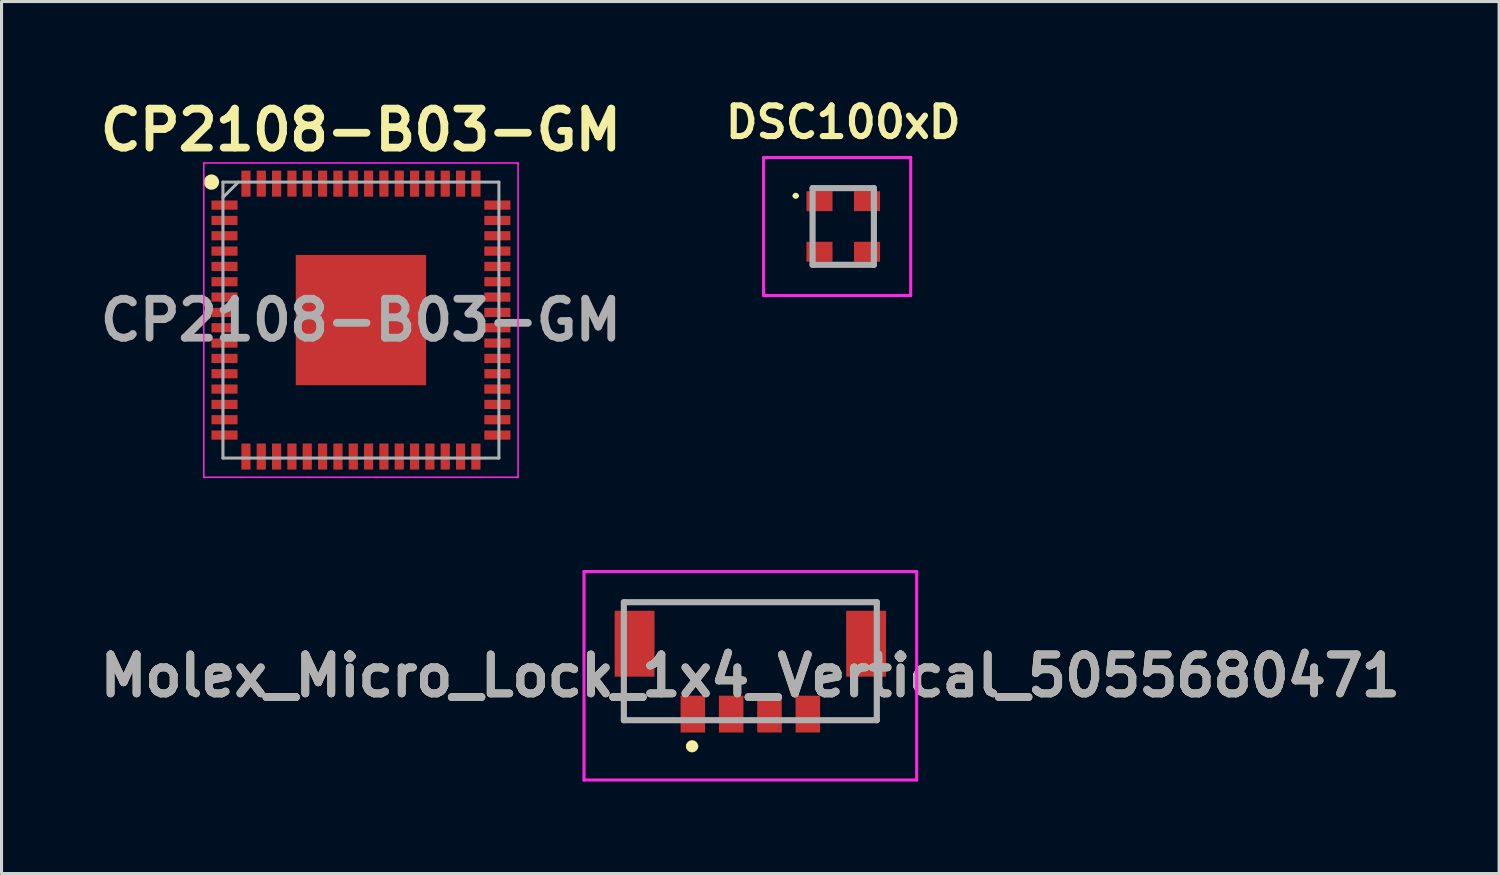
<source format=kicad_pcb>
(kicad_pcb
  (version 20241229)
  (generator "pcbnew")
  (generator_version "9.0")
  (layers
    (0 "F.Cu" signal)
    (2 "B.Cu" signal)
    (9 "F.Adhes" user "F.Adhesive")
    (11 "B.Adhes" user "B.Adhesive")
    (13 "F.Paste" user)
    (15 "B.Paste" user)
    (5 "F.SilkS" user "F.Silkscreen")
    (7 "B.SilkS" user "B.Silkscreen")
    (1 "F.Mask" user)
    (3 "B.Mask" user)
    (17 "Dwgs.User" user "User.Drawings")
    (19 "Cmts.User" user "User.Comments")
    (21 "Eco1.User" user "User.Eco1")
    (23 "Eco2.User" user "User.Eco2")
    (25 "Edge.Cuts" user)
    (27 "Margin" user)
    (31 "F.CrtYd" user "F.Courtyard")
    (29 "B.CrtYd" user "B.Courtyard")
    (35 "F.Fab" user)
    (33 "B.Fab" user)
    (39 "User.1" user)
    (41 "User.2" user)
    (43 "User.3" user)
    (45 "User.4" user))
  (footprint "DSC100xD"
    (layer "F.Cu")
    (at 24.451 4.336)
    (property "Reference" "DSC100xD" (at 0 -3.4 0) (layer "F.SilkS") (effects (font (size 1 1) (thickness 0.2))))
    (attr smd)
    (fp_line (start -1.6 -1) (end -1.6 -1) (stroke (width 0.1) (type solid)) (layer "F.SilkS"))
    (fp_line (start -1.5 -1) (end -1.5 -1) (stroke (width 0.1) (type solid)) (layer "F.SilkS"))
    (fp_arc (start -1.6 -1) (mid -1.55 -1.05) (end -1.5 -1) (stroke (width 0.1) (type solid)) (layer "F.SilkS"))
    (fp_arc (start -1.5 -1) (mid -1.55 -0.95) (end -1.6 -1) (stroke (width 0.1) (type solid)) (layer "F.SilkS"))
    (fp_line (start -2.6 -2.25) (end 2.2 -2.25) (stroke (width 0.1) (type solid)) (layer "F.CrtYd"))
    (fp_line (start -2.6 2.25) (end -2.6 -2.25) (stroke (width 0.1) (type solid)) (layer "F.CrtYd"))
    (fp_line (start 2.2 -2.25) (end 2.2 2.25) (stroke (width 0.1) (type solid)) (layer "F.CrtYd"))
    (fp_line (start 2.2 2.25) (end -2.6 2.25) (stroke (width 0.1) (type solid)) (layer "F.CrtYd"))
    (fp_line (start -1 -1.25) (end 1 -1.25) (stroke (width 0.2) (type solid)) (layer "F.Fab"))
    (fp_line (start -1 1.25) (end -1 -1.25) (stroke (width 0.2) (type solid)) (layer "F.Fab"))
    (fp_line (start 1 -1.25) (end 1 1.25) (stroke (width 0.2) (type solid)) (layer "F.Fab"))
    (fp_line (start 1 1.25) (end -1 1.25) (stroke (width 0.2) (type solid)) (layer "F.Fab"))
    (pad "1" smd rect (at -0.775 -0.825 90) (size 0.65 0.85) (layers "F.Cu" "F.Mask" "F.Paste"))
    (pad "2" smd rect (at -0.775 0.825 90) (size 0.65 0.85) (layers "F.Cu" "F.Mask" "F.Paste"))
    (pad "3" smd rect (at 0.775 0.825 90) (size 0.65 0.85) (layers "F.Cu" "F.Mask" "F.Paste"))
    (pad "4" smd rect (at 0.775 -0.825 90) (size 0.65 0.85) (layers "F.Cu" "F.Mask" "F.Paste")))
  (footprint "Molex_Micro_Lock_1x4_Vertical_5055680471"
    (layer "F.Cu")
    (at 21.421 18.989)
    (property "Reference" "Molex_Micro_Lock_1x4_Vertical_5055680471" (at 0 0 0) (layer "F.SilkS") (effects (font (size 1.27 1.27) (thickness 0.254))))
    (attr smd)
    (fp_line (start -4.125 -2.4) (end 4.125 -2.4) (stroke (width 0.1) (type solid)) (layer "F.SilkS"))
    (fp_line (start -4.125 0.6) (end -4.125 1.45) (stroke (width 0.1) (type solid)) (layer "F.SilkS"))
    (fp_line (start -4.125 1.45) (end -2.5 1.45) (stroke (width 0.1) (type solid)) (layer "F.SilkS"))
    (fp_line (start -2 2.3) (end -2 2.3) (stroke (width 0.2) (type solid)) (layer "F.SilkS"))
    (fp_line (start -1.8 2.3) (end -1.8 2.3) (stroke (width 0.2) (type solid)) (layer "F.SilkS"))
    (fp_line (start 4.125 0.6) (end 4.125 1.45) (stroke (width 0.1) (type solid)) (layer "F.SilkS"))
    (fp_line (start 4.125 1.45) (end 2.5 1.45) (stroke (width 0.1) (type solid)) (layer "F.SilkS"))
    (fp_arc (start -2 2.3) (mid -1.9 2.2) (end -1.8 2.3) (stroke (width 0.2) (type solid)) (layer "F.SilkS"))
    (fp_arc (start -1.8 2.3) (mid -1.9 2.4) (end -2 2.3) (stroke (width 0.2) (type solid)) (layer "F.SilkS"))
    (fp_line (start -5.425 -3.4) (end 5.425 -3.4) (stroke (width 0.1) (type solid)) (layer "F.CrtYd"))
    (fp_line (start -5.425 3.4) (end -5.425 -3.4) (stroke (width 0.1) (type solid)) (layer "F.CrtYd"))
    (fp_line (start 5.425 -3.4) (end 5.425 3.4) (stroke (width 0.1) (type solid)) (layer "F.CrtYd"))
    (fp_line (start 5.425 3.4) (end -5.425 3.4) (stroke (width 0.1) (type solid)) (layer "F.CrtYd"))
    (fp_line (start -4.125 -2.4) (end 4.125 -2.4) (stroke (width 0.2) (type solid)) (layer "F.Fab"))
    (fp_line (start -4.125 1.45) (end -4.125 -2.4) (stroke (width 0.2) (type solid)) (layer "F.Fab"))
    (fp_line (start 4.125 -2.4) (end 4.125 1.45) (stroke (width 0.2) (type solid)) (layer "F.Fab"))
    (fp_line (start 4.125 1.45) (end -4.125 1.45) (stroke (width 0.2) (type solid)) (layer "F.Fab"))
    (fp_text user "${REFERENCE}" (at 0 0 0) (layer "F.Fab") (effects (font (size 1.27 1.27) (thickness 0.254))))
    (pad "1" smd rect (at -1.875 1.25) (size 0.8 1.2) (layers "F.Cu" "F.Mask" "F.Paste"))
    (pad "2" smd rect (at -0.625 1.25) (size 0.8 1.2) (layers "F.Cu" "F.Mask" "F.Paste"))
    (pad "3" smd rect (at 0.625 1.25) (size 0.8 1.2) (layers "F.Cu" "F.Mask" "F.Paste"))
    (pad "4" smd rect (at 1.875 1.25) (size 0.8 1.2) (layers "F.Cu" "F.Mask" "F.Paste"))
    (pad "MP" smd rect (at -3.775 -1.045) (size 1.3 2.15) (layers "F.Cu" "F.Mask" "F.Paste"))
    (pad "MP" smd rect (at 3.775 -1.045) (size 1.3 2.15) (layers "F.Cu" "F.Mask" "F.Paste")))
  (footprint "CP2108-B03-GM"
    (layer "F.Cu")
    (at 8.721 7.389)
    (property "Reference" "CP2108-B03-GM" (at 0 -6.2 0) (layer "F.SilkS") (effects (font (size 1.27 1.27) (thickness 0.254))))
    (attr smd)
    (fp_circle (center -4.875 -4.5) (end -4.875 -4.375) (stroke (width 0.25) (type solid)) (fill no) (layer "F.SilkS"))
    (fp_line (start -5.125 -5.125) (end 5.125 -5.125) (stroke (width 0.05) (type solid)) (layer "F.CrtYd"))
    (fp_line (start -5.125 5.125) (end -5.125 -5.125) (stroke (width 0.05) (type solid)) (layer "F.CrtYd"))
    (fp_line (start 5.125 -5.125) (end 5.125 5.125) (stroke (width 0.05) (type solid)) (layer "F.CrtYd"))
    (fp_line (start 5.125 5.125) (end -5.125 5.125) (stroke (width 0.05) (type solid)) (layer "F.CrtYd"))
    (fp_line (start -4.5 -4.5) (end 4.5 -4.5) (stroke (width 0.1) (type solid)) (layer "F.Fab"))
    (fp_line (start -4.5 -4) (end -4 -4.5) (stroke (width 0.1) (type solid)) (layer "F.Fab"))
    (fp_line (start -4.5 4.5) (end -4.5 -4.5) (stroke (width 0.1) (type solid)) (layer "F.Fab"))
    (fp_line (start 4.5 -4.5) (end 4.5 4.5) (stroke (width 0.1) (type solid)) (layer "F.Fab"))
    (fp_line (start 4.5 4.5) (end -4.5 4.5) (stroke (width 0.1) (type solid)) (layer "F.Fab"))
    (fp_text user "${REFERENCE}" (at 0 0 0) (layer "F.Fab") (effects (font (size 1.27 1.27) (thickness 0.254))))
    (pad "1" smd rect (at -4.45 -3.75 90) (size 0.3 0.85) (layers "F.Cu" "F.Mask" "F.Paste"))
    (pad "2" smd rect (at -4.45 -3.25 90) (size 0.3 0.85) (layers "F.Cu" "F.Mask" "F.Paste"))
    (pad "3" smd rect (at -4.45 -2.75 90) (size 0.3 0.85) (layers "F.Cu" "F.Mask" "F.Paste"))
    (pad "4" smd rect (at -4.45 -2.25 90) (size 0.3 0.85) (layers "F.Cu" "F.Mask" "F.Paste"))
    (pad "5" smd rect (at -4.45 -1.75 90) (size 0.3 0.85) (layers "F.Cu" "F.Mask" "F.Paste"))
    (pad "6" smd rect (at -4.45 -1.25 90) (size 0.3 0.85) (layers "F.Cu" "F.Mask" "F.Paste"))
    (pad "7" smd rect (at -4.45 -0.75 90) (size 0.3 0.85) (layers "F.Cu" "F.Mask" "F.Paste"))
    (pad "8" smd rect (at -4.45 -0.25 90) (size 0.3 0.85) (layers "F.Cu" "F.Mask" "F.Paste"))
    (pad "9" smd rect (at -4.45 0.25 90) (size 0.3 0.85) (layers "F.Cu" "F.Mask" "F.Paste"))
    (pad "10" smd rect (at -4.45 0.75 90) (size 0.3 0.85) (layers "F.Cu" "F.Mask" "F.Paste"))
    (pad "11" smd rect (at -4.45 1.25 90) (size 0.3 0.85) (layers "F.Cu" "F.Mask" "F.Paste"))
    (pad "12" smd rect (at -4.45 1.75 90) (size 0.3 0.85) (layers "F.Cu" "F.Mask" "F.Paste"))
    (pad "13" smd rect (at -4.45 2.25 90) (size 0.3 0.85) (layers "F.Cu" "F.Mask" "F.Paste"))
    (pad "14" smd rect (at -4.45 2.75 90) (size 0.3 0.85) (layers "F.Cu" "F.Mask" "F.Paste"))
    (pad "15" smd rect (at -4.45 3.25 90) (size 0.3 0.85) (layers "F.Cu" "F.Mask" "F.Paste"))
    (pad "16" smd rect (at -4.45 3.75 90) (size 0.3 0.85) (layers "F.Cu" "F.Mask" "F.Paste"))
    (pad "17" smd rect (at -3.75 4.45) (size 0.3 0.85) (layers "F.Cu" "F.Mask" "F.Paste"))
    (pad "18" smd rect (at -3.25 4.45) (size 0.3 0.85) (layers "F.Cu" "F.Mask" "F.Paste"))
    (pad "19" smd rect (at -2.75 4.45) (size 0.3 0.85) (layers "F.Cu" "F.Mask" "F.Paste"))
    (pad "20" smd rect (at -2.25 4.45) (size 0.3 0.85) (layers "F.Cu" "F.Mask" "F.Paste"))
    (pad "21" smd rect (at -1.75 4.45) (size 0.3 0.85) (layers "F.Cu" "F.Mask" "F.Paste"))
    (pad "22" smd rect (at -1.25 4.45) (size 0.3 0.85) (layers "F.Cu" "F.Mask" "F.Paste"))
    (pad "23" smd rect (at -0.75 4.45) (size 0.3 0.85) (layers "F.Cu" "F.Mask" "F.Paste"))
    (pad "24" smd rect (at -0.25 4.45) (size 0.3 0.85) (layers "F.Cu" "F.Mask" "F.Paste"))
    (pad "25" smd rect (at 0.25 4.45) (size 0.3 0.85) (layers "F.Cu" "F.Mask" "F.Paste"))
    (pad "26" smd rect (at 0.75 4.45) (size 0.3 0.85) (layers "F.Cu" "F.Mask" "F.Paste"))
    (pad "27" smd rect (at 1.25 4.45) (size 0.3 0.85) (layers "F.Cu" "F.Mask" "F.Paste"))
    (pad "28" smd rect (at 1.75 4.45) (size 0.3 0.85) (layers "F.Cu" "F.Mask" "F.Paste"))
    (pad "29" smd rect (at 2.25 4.45) (size 0.3 0.85) (layers "F.Cu" "F.Mask" "F.Paste"))
    (pad "30" smd rect (at 2.75 4.45) (size 0.3 0.85) (layers "F.Cu" "F.Mask" "F.Paste"))
    (pad "31" smd rect (at 3.25 4.45) (size 0.3 0.85) (layers "F.Cu" "F.Mask" "F.Paste"))
    (pad "32" smd rect (at 3.75 4.45) (size 0.3 0.85) (layers "F.Cu" "F.Mask" "F.Paste"))
    (pad "33" smd rect (at 4.45 3.75 90) (size 0.3 0.85) (layers "F.Cu" "F.Mask" "F.Paste"))
    (pad "34" smd rect (at 4.45 3.25 90) (size 0.3 0.85) (layers "F.Cu" "F.Mask" "F.Paste"))
    (pad "35" smd rect (at 4.45 2.75 90) (size 0.3 0.85) (layers "F.Cu" "F.Mask" "F.Paste"))
    (pad "36" smd rect (at 4.45 2.25 90) (size 0.3 0.85) (layers "F.Cu" "F.Mask" "F.Paste"))
    (pad "37" smd rect (at 4.45 1.75 90) (size 0.3 0.85) (layers "F.Cu" "F.Mask" "F.Paste"))
    (pad "38" smd rect (at 4.45 1.25 90) (size 0.3 0.85) (layers "F.Cu" "F.Mask" "F.Paste"))
    (pad "39" smd rect (at 4.45 0.75 90) (size 0.3 0.85) (layers "F.Cu" "F.Mask" "F.Paste"))
    (pad "40" smd rect (at 4.45 0.25 90) (size 0.3 0.85) (layers "F.Cu" "F.Mask" "F.Paste"))
    (pad "41" smd rect (at 4.45 -0.25 90) (size 0.3 0.85) (layers "F.Cu" "F.Mask" "F.Paste"))
    (pad "42" smd rect (at 4.45 -0.75 90) (size 0.3 0.85) (layers "F.Cu" "F.Mask" "F.Paste"))
    (pad "43" smd rect (at 4.45 -1.25 90) (size 0.3 0.85) (layers "F.Cu" "F.Mask" "F.Paste"))
    (pad "44" smd rect (at 4.45 -1.75 90) (size 0.3 0.85) (layers "F.Cu" "F.Mask" "F.Paste"))
    (pad "45" smd rect (at 4.45 -2.25 90) (size 0.3 0.85) (layers "F.Cu" "F.Mask" "F.Paste"))
    (pad "46" smd rect (at 4.45 -2.75 90) (size 0.3 0.85) (layers "F.Cu" "F.Mask" "F.Paste"))
    (pad "47" smd rect (at 4.45 -3.25 90) (size 0.3 0.85) (layers "F.Cu" "F.Mask" "F.Paste"))
    (pad "48" smd rect (at 4.45 -3.75 90) (size 0.3 0.85) (layers "F.Cu" "F.Mask" "F.Paste"))
    (pad "49" smd rect (at 3.75 -4.45) (size 0.3 0.85) (layers "F.Cu" "F.Mask" "F.Paste"))
    (pad "50" smd rect (at 3.25 -4.45) (size 0.3 0.85) (layers "F.Cu" "F.Mask" "F.Paste"))
    (pad "51" smd rect (at 2.75 -4.45) (size 0.3 0.85) (layers "F.Cu" "F.Mask" "F.Paste"))
    (pad "52" smd rect (at 2.25 -4.45) (size 0.3 0.85) (layers "F.Cu" "F.Mask" "F.Paste"))
    (pad "53" smd rect (at 1.75 -4.45) (size 0.3 0.85) (layers "F.Cu" "F.Mask" "F.Paste"))
    (pad "54" smd rect (at 1.25 -4.45) (size 0.3 0.85) (layers "F.Cu" "F.Mask" "F.Paste"))
    (pad "55" smd rect (at 0.75 -4.45) (size 0.3 0.85) (layers "F.Cu" "F.Mask" "F.Paste"))
    (pad "56" smd rect (at 0.25 -4.45) (size 0.3 0.85) (layers "F.Cu" "F.Mask" "F.Paste"))
    (pad "57" smd rect (at -0.25 -4.45) (size 0.3 0.85) (layers "F.Cu" "F.Mask" "F.Paste"))
    (pad "58" smd rect (at -0.75 -4.45) (size 0.3 0.85) (layers "F.Cu" "F.Mask" "F.Paste"))
    (pad "59" smd rect (at -1.25 -4.45) (size 0.3 0.85) (layers "F.Cu" "F.Mask" "F.Paste"))
    (pad "60" smd rect (at -1.75 -4.45) (size 0.3 0.85) (layers "F.Cu" "F.Mask" "F.Paste"))
    (pad "61" smd rect (at -2.25 -4.45) (size 0.3 0.85) (layers "F.Cu" "F.Mask" "F.Paste"))
    (pad "62" smd rect (at -2.75 -4.45) (size 0.3 0.85) (layers "F.Cu" "F.Mask" "F.Paste"))
    (pad "63" smd rect (at -3.25 -4.45) (size 0.3 0.85) (layers "F.Cu" "F.Mask" "F.Paste"))
    (pad "64" smd rect (at -3.75 -4.45) (size 0.3 0.85) (layers "F.Cu" "F.Mask" "F.Paste"))
    (pad "65" smd rect (at 0 0) (size 4.25 4.25) (layers "F.Cu" "F.Mask" "F.Paste")))
  (gr_rect
    (start -3 -3)
    (end 45.841 25.439)
    (stroke (width 0.1) (type default))
    (fill no)
    (layer "Edge.Cuts")))
</source>
